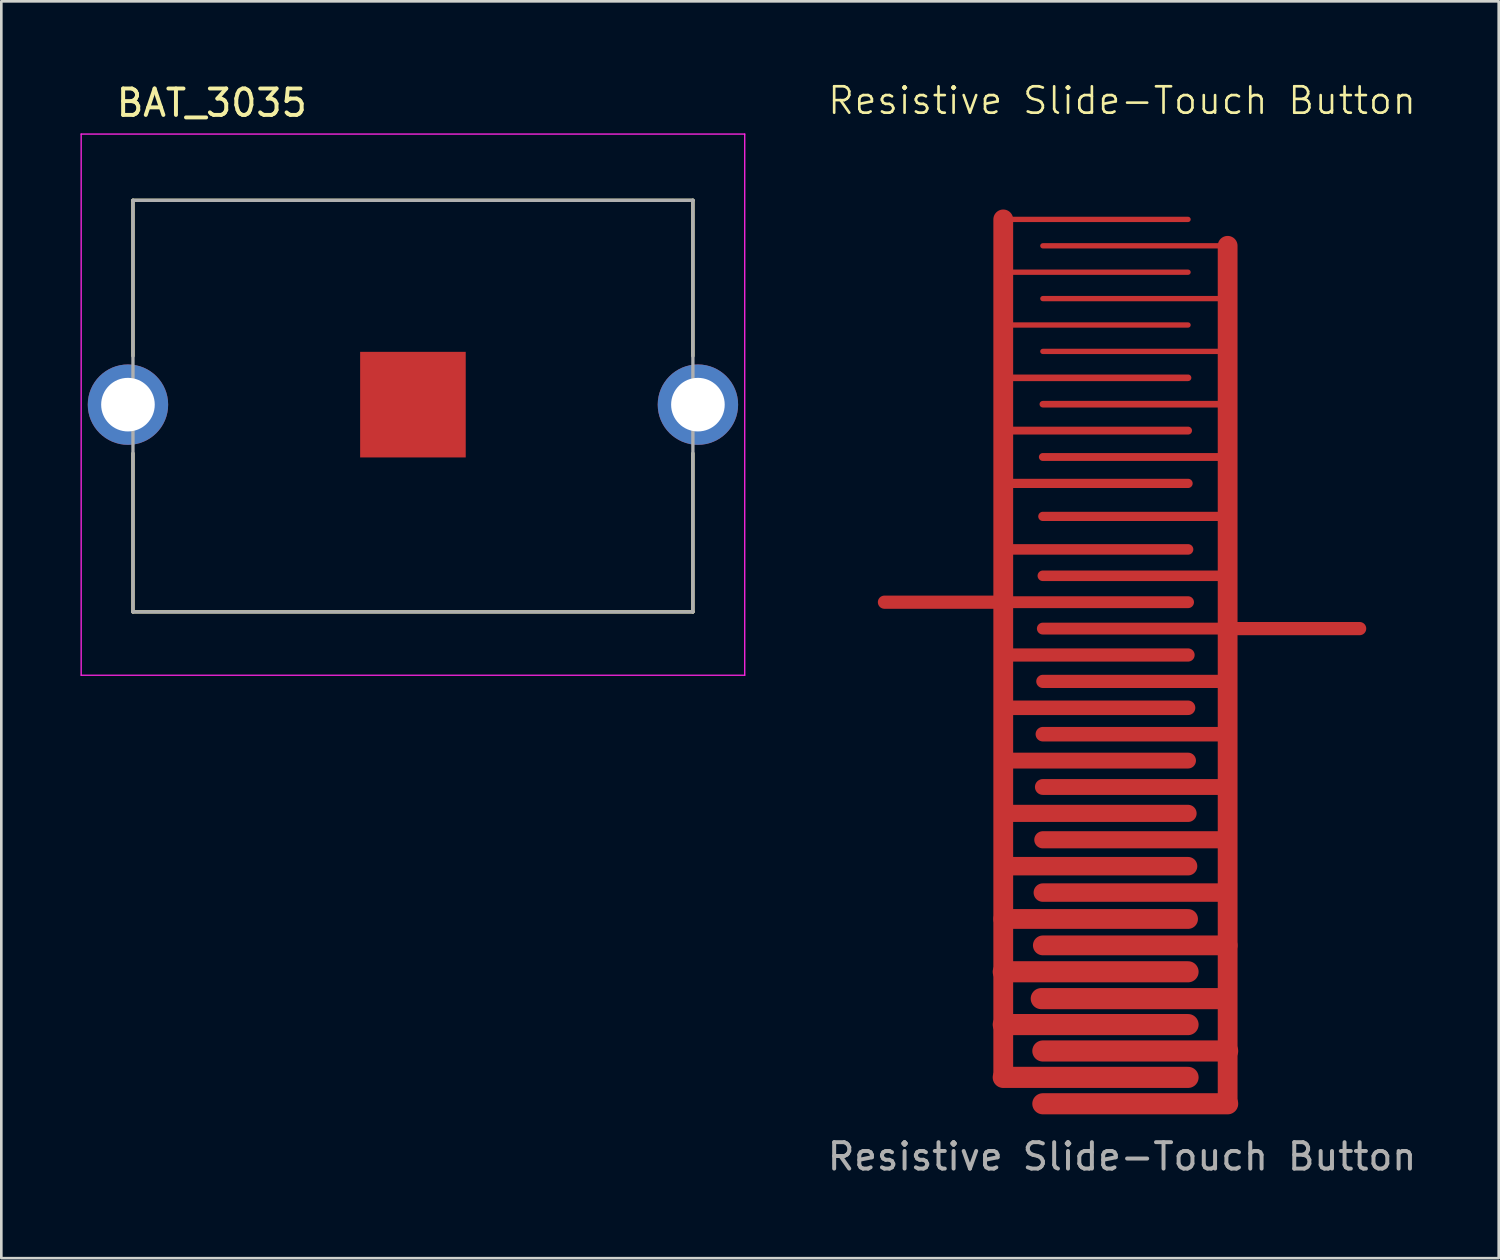
<source format=kicad_pcb>
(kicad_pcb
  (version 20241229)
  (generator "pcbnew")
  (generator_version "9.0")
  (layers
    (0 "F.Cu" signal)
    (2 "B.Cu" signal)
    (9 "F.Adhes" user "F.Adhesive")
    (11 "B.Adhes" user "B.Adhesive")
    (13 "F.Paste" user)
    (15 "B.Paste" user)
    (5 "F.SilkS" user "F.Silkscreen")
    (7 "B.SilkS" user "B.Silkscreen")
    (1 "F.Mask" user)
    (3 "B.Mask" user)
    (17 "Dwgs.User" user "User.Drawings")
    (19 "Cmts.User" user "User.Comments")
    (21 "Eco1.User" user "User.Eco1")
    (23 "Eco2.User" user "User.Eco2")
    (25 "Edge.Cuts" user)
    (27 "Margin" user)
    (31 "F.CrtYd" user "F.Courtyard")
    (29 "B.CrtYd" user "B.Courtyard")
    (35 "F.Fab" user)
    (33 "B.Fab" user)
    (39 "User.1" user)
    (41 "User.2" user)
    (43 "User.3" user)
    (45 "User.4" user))
  (footprint "BAT_3035"
    (layer "F.Cu")
    (at 12.592 12.278)
    (property "Reference" "BAT_3035" (at -7.62 -11.43 0) (layer "F.SilkS") (effects (font (size 1 1) (thickness 0.15))))
    (attr through_hole)
    (fp_line (start -10.605 -7.74) (end 10.605 -7.74) (stroke (width 0.127) (type solid)) (layer "F.SilkS"))
    (fp_line (start -10.605 -1.843) (end -10.605 -7.74) (stroke (width 0.127) (type solid)) (layer "F.SilkS"))
    (fp_line (start -10.605 7.85) (end -10.605 1.843) (stroke (width 0.127) (type solid)) (layer "F.SilkS"))
    (fp_line (start 10.605 -7.74) (end 10.605 -1.843) (stroke (width 0.127) (type solid)) (layer "F.SilkS"))
    (fp_line (start 10.605 7.85) (end -10.605 7.85) (stroke (width 0.127) (type solid)) (layer "F.SilkS"))
    (fp_line (start 10.605 7.85) (end 10.605 1.843) (stroke (width 0.127) (type solid)) (layer "F.SilkS"))
    (fp_line (start -12.568 -10.25) (end -12.568 10.25) (stroke (width 0.05) (type solid)) (layer "F.CrtYd"))
    (fp_line (start -12.568 10.25) (end 12.568 10.25) (stroke (width 0.05) (type solid)) (layer "F.CrtYd"))
    (fp_line (start 12.568 -10.25) (end -12.568 -10.25) (stroke (width 0.05) (type solid)) (layer "F.CrtYd"))
    (fp_line (start 12.568 10.25) (end 12.568 -10.25) (stroke (width 0.05) (type solid)) (layer "F.CrtYd"))
    (fp_line (start -10.605 -7.74) (end 10.605 -7.74) (stroke (width 0.127) (type solid)) (layer "F.Fab"))
    (fp_line (start -10.605 7.85) (end -10.605 -7.74) (stroke (width 0.127) (type solid)) (layer "F.Fab"))
    (fp_line (start 10.605 -7.74) (end 10.605 7.85) (stroke (width 0.127) (type solid)) (layer "F.Fab"))
    (fp_line (start 10.605 7.85) (end -10.605 7.85) (stroke (width 0.127) (type solid)) (layer "F.Fab"))
    (pad "N" smd rect (at 0 0) (size 4 4) (layers "F.Cu" "F.Mask"))
    (pad "P1" thru_hole circle (at -10.795 0) (size 3.045 3.045) (drill 2.03) (layers "*.Cu" "*.Mask"))
    (pad "P2" thru_hole circle (at 10.795 0) (size 3.045 3.045) (drill 2.03) (layers "*.Cu" "*.Mask")))
  (footprint "Resistive Slide-Touch Button"
    (layer "F.Cu")
    (at 39.453 21.261)
    (property "Reference" "Resistive Slide-Touch Button" (at 0 -20.5 0) (unlocked yes) (layer "F.SilkS") (effects (font (size 1 1) (thickness 0.1))))
    (attr smd)
    (fp_line (start -4.5 -16) (end -4.5 16.5) (stroke (width 0.75) (type default)) (layer "F.Cu"))
    (fp_line (start -4.5 -1.5) (end -9 -1.5) (stroke (width 0.5) (type default)) (layer "F.Cu"))
    (fp_line (start -3 -11) (end 4 -11) (stroke (width 0.2) (type default)) (layer "F.Cu"))
    (fp_line (start -3 -9) (end 4 -9) (stroke (width 0.25) (type default)) (layer "F.Cu"))
    (fp_line (start -3 -4.75) (end 4 -4.75) (stroke (width 0.35) (type default)) (layer "F.Cu"))
    (fp_line (start 2.5 -16) (end -4.5 -16) (stroke (width 0.2) (type default)) (layer "F.Cu"))
    (fp_line (start 2.5 -14) (end -4.5 -14) (stroke (width 0.2) (type default)) (layer "F.Cu"))
    (fp_line (start 2.5 -12) (end -4.5 -12) (stroke (width 0.2) (type default)) (layer "F.Cu"))
    (fp_line (start 2.5 -10) (end -4.5 -10) (stroke (width 0.25) (type default)) (layer "F.Cu"))
    (fp_line (start 2.5 -8) (end -4.5 -8) (stroke (width 0.3) (type default)) (layer "F.Cu"))
    (fp_line (start 2.5 -6) (end -4.5 -6) (stroke (width 0.35) (type default)) (layer "F.Cu"))
    (fp_line (start 2.5 -3.5) (end -4.5 -3.5) (stroke (width 0.4) (type default)) (layer "F.Cu"))
    (fp_line (start 2.5 -1.5) (end -4.5 -1.5) (stroke (width 0.45) (type default)) (layer "F.Cu"))
    (fp_line (start 2.5 0.5) (end -4.5 0.5) (stroke (width 0.5) (type default)) (layer "F.Cu"))
    (fp_line (start 2.5 2.5) (end -4.5 2.5) (stroke (width 0.55) (type default)) (layer "F.Cu"))
    (fp_line (start 2.5 4.5) (end -4.5 4.5) (stroke (width 0.6) (type default)) (layer "F.Cu"))
    (fp_line (start 2.5 6.5) (end -4.5 6.5) (stroke (width 0.65) (type default)) (layer "F.Cu"))
    (fp_line (start 2.5 8.5) (end -4.5 8.5) (stroke (width 0.7) (type default)) (layer "F.Cu"))
    (fp_line (start 2.5 10.5) (end -4.5 10.5) (stroke (width 0.75) (type default)) (layer "F.Cu"))
    (fp_line (start 2.5 12.5) (end -4.5 12.5) (stroke (width 0.8) (type default)) (layer "F.Cu"))
    (fp_line (start 2.5 14.5) (end -4.5 14.5) (stroke (width 0.8) (type default)) (layer "F.Cu"))
    (fp_line (start 2.5 16.5) (end -4.5 16.5) (stroke (width 0.8) (type default)) (layer "F.Cu"))
    (fp_line (start 3.94 13.517) (end -3.06 13.517) (stroke (width 0.8) (type default)) (layer "F.Cu"))
    (fp_line (start 4 -15) (end -3 -15) (stroke (width 0.2) (type default)) (layer "F.Cu"))
    (fp_line (start 4 -15) (end 4 17.5) (stroke (width 0.75) (type default)) (layer "F.Cu"))
    (fp_line (start 4 -13) (end -3 -13) (stroke (width 0.2) (type default)) (layer "F.Cu"))
    (fp_line (start 4 -7) (end -3 -7) (stroke (width 0.3) (type default)) (layer "F.Cu"))
    (fp_line (start 4 -2.5) (end -3 -2.5) (stroke (width 0.4) (type default)) (layer "F.Cu"))
    (fp_line (start 4 -0.5) (end -3 -0.5) (stroke (width 0.45) (type default)) (layer "F.Cu"))
    (fp_line (start 4 1.5) (end -3 1.5) (stroke (width 0.5) (type default)) (layer "F.Cu"))
    (fp_line (start 4 3.5) (end -3 3.5) (stroke (width 0.55) (type default)) (layer "F.Cu"))
    (fp_line (start 4 5.5) (end -3 5.5) (stroke (width 0.6) (type default)) (layer "F.Cu"))
    (fp_line (start 4 7.5) (end -3 7.5) (stroke (width 0.65) (type default)) (layer "F.Cu"))
    (fp_line (start 4 9.5) (end -3 9.5) (stroke (width 0.7) (type default)) (layer "F.Cu"))
    (fp_line (start 4 11.5) (end -3 11.5) (stroke (width 0.75) (type default)) (layer "F.Cu"))
    (fp_line (start 4 15.5) (end -3 15.5) (stroke (width 0.8) (type default)) (layer "F.Cu"))
    (fp_line (start 4 17.5) (end -3 17.5) (stroke (width 0.8) (type default)) (layer "F.Cu"))
    (fp_line (start 4.25 -0.5) (end 9 -0.5) (stroke (width 0.5) (type default)) (layer "F.Cu"))
    (fp_line (start -4.5 -16) (end -4.5 16.5) (stroke (width 0.75) (type default)) (layer "F.Mask"))
    (fp_line (start -3 -11) (end 4 -11) (stroke (width 0.2) (type default)) (layer "F.Mask"))
    (fp_line (start -3 -9) (end 4 -9) (stroke (width 0.25) (type default)) (layer "F.Mask"))
    (fp_line (start -3 -4.75) (end 4 -4.75) (stroke (width 0.35) (type default)) (layer "F.Mask"))
    (fp_line (start 2.5 -16) (end -4.5 -16) (stroke (width 0.2) (type default)) (layer "F.Mask"))
    (fp_line (start 2.5 -14) (end -4.5 -14) (stroke (width 0.2) (type default)) (layer "F.Mask"))
    (fp_line (start 2.5 -12) (end -4.5 -12) (stroke (width 0.2) (type default)) (layer "F.Mask"))
    (fp_line (start 2.5 -10) (end -4.5 -10) (stroke (width 0.25) (type default)) (layer "F.Mask"))
    (fp_line (start 2.5 -8) (end -4.5 -8) (stroke (width 0.3) (type default)) (layer "F.Mask"))
    (fp_line (start 2.5 -6) (end -4.5 -6) (stroke (width 0.35) (type default)) (layer "F.Mask"))
    (fp_line (start 2.5 -3.5) (end -4.5 -3.5) (stroke (width 0.4) (type default)) (layer "F.Mask"))
    (fp_line (start 2.5 -1.5) (end -4.5 -1.5) (stroke (width 0.45) (type default)) (layer "F.Mask"))
    (fp_line (start 2.5 0.5) (end -4.5 0.5) (stroke (width 0.5) (type default)) (layer "F.Mask"))
    (fp_line (start 2.5 2.5) (end -4.5 2.5) (stroke (width 0.55) (type default)) (layer "F.Mask"))
    (fp_line (start 2.5 4.5) (end -4.5 4.5) (stroke (width 0.6) (type default)) (layer "F.Mask"))
    (fp_line (start 2.5 6.5) (end -4.5 6.5) (stroke (width 0.65) (type default)) (layer "F.Mask"))
    (fp_line (start 2.5 8.5) (end -4.5 8.5) (stroke (width 0.7) (type default)) (layer "F.Mask"))
    (fp_line (start 2.5 10.5) (end -4.5 10.5) (stroke (width 0.75) (type default)) (layer "F.Mask"))
    (fp_line (start 2.5 12.5) (end -4.5 12.5) (stroke (width 0.8) (type default)) (layer "F.Mask"))
    (fp_line (start 2.5 14.5) (end -4.5 14.5) (stroke (width 0.8) (type default)) (layer "F.Mask"))
    (fp_line (start 2.5 16.5) (end -4.5 16.5) (stroke (width 0.8) (type default)) (layer "F.Mask"))
    (fp_line (start 3.94 13.517) (end -3.06 13.517) (stroke (width 0.8) (type default)) (layer "F.Mask"))
    (fp_line (start 4 -15) (end -3 -15) (stroke (width 0.2) (type default)) (layer "F.Mask"))
    (fp_line (start 4 -15) (end 4 17.5) (stroke (width 0.75) (type default)) (layer "F.Mask"))
    (fp_line (start 4 -13) (end -3 -13) (stroke (width 0.2) (type default)) (layer "F.Mask"))
    (fp_line (start 4 -7) (end -3 -7) (stroke (width 0.3) (type default)) (layer "F.Mask"))
    (fp_line (start 4 -2.5) (end -3 -2.5) (stroke (width 0.4) (type default)) (layer "F.Mask"))
    (fp_line (start 4 -0.5) (end -3 -0.5) (stroke (width 0.45) (type default)) (layer "F.Mask"))
    (fp_line (start 4 1.5) (end -3 1.5) (stroke (width 0.5) (type default)) (layer "F.Mask"))
    (fp_line (start 4 3.5) (end -3 3.5) (stroke (width 0.55) (type default)) (layer "F.Mask"))
    (fp_line (start 4 5.5) (end -3 5.5) (stroke (width 0.6) (type default)) (layer "F.Mask"))
    (fp_line (start 4 7.5) (end -3 7.5) (stroke (width 0.65) (type default)) (layer "F.Mask"))
    (fp_line (start 4 9.5) (end -3 9.5) (stroke (width 0.7) (type default)) (layer "F.Mask"))
    (fp_line (start 4 11.5) (end -3 11.5) (stroke (width 0.75) (type default)) (layer "F.Mask"))
    (fp_line (start 4 15.5) (end -3 15.5) (stroke (width 0.8) (type default)) (layer "F.Mask"))
    (fp_line (start 4 17.5) (end -3 17.5) (stroke (width 0.8) (type default)) (layer "F.Mask"))
    (fp_rect (start -5.5 -16.5) (end 5 18.5) (stroke (width 0.1) (type default)) (fill no) (layer "Margin"))
    (fp_text user "${REFERENCE}" (at 0 19.5 0) (unlocked yes) (layer "F.Fab") (effects (font (size 1 1) (thickness 0.15)))))
  (gr_rect
    (start -3 -3)
    (end 53.721 44.609)
    (stroke (width 0.1) (type default))
    (fill no)
    (layer "Edge.Cuts")))
</source>
